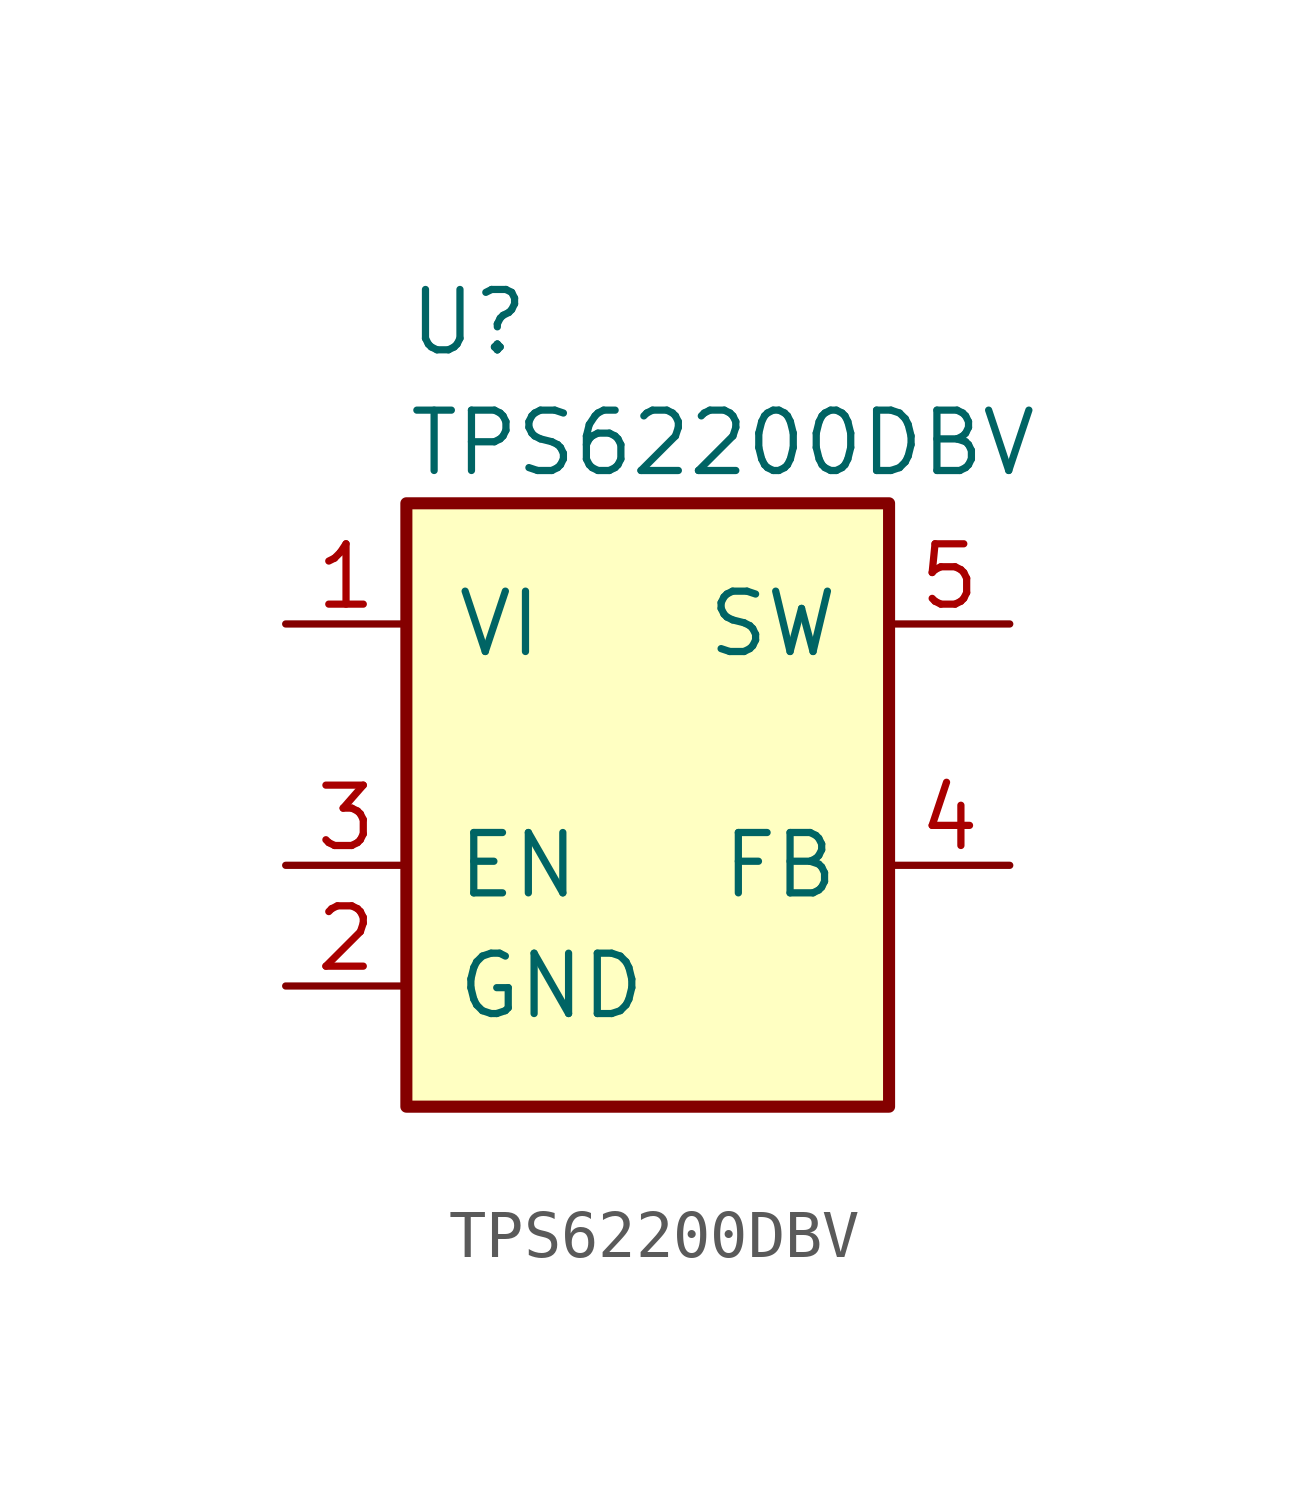
<source format=kicad_sym>
(kicad_symbol_lib
  (version 20211014)
  (generator kicad_symbol_editor)
  (symbol "TPS62200DBV"
    (pin_names
      (offset 1.016))
    (property "Reference" "U"
      (at -5.08 11.43 0)
      (effects (font (size 1.27 1.27)) (justify left)))
    (property "Value" "TPS62200DBV"
      (at -5.08 8.89 0)
      (effects (font (size 1.27 1.27)) (justify left)))
    (symbol "TPS62200DBV_0_1"
      (rectangle (start -5.08 7.62) (end 5.08 -5.08) (stroke (width 0.254) (type default) (color 0 0 0 0)) (fill (type background))))
    (symbol "TPS62200DBV_1_1"
      (pin power_in line (at -7.62 5.08 0) (length 2.54) (name "VI" (effects (font (size 1.27 1.27)))) (number "1" (effects (font (size 1.27 1.27)))))
      (pin power_in line (at -7.62 -2.54 0) (length 2.54) (name "GND" (effects (font (size 1.27 1.27)))) (number "2" (effects (font (size 1.27 1.27)))))
      (pin input line (at -7.62 0 0) (length 2.54) (name "EN" (effects (font (size 1.27 1.27)))) (number "3" (effects (font (size 1.27 1.27)))))
      (pin input line (at 7.62 0 180) (length 2.54) (name "FB" (effects (font (size 1.27 1.27)))) (number "4" (effects (font (size 1.27 1.27)))))
      (pin output line (at 7.62 5.08 180) (length 2.54) (name "SW" (effects (font (size 1.27 1.27)))) (number "5" (effects (font (size 1.27 1.27))))))))
</source>
